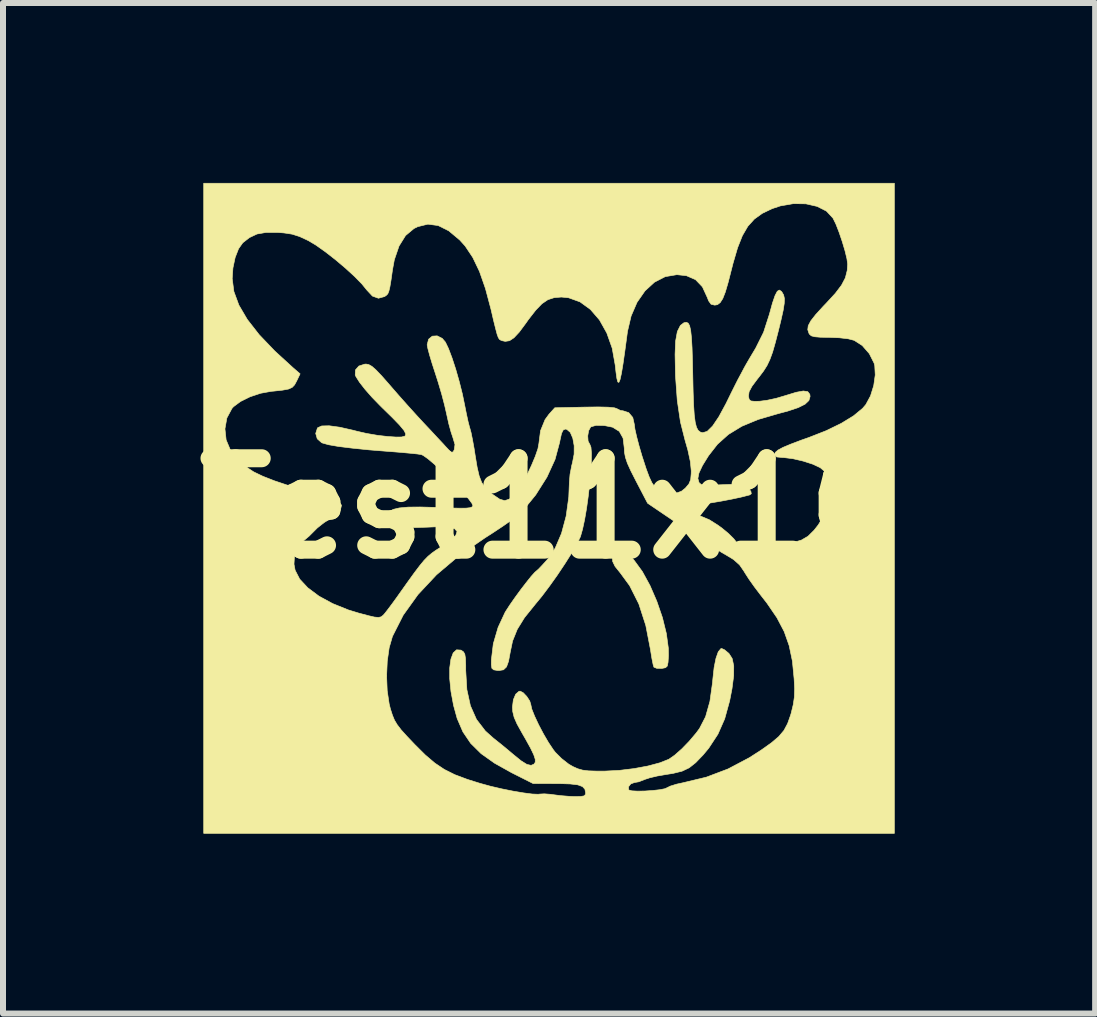
<source format=kicad_pcb>
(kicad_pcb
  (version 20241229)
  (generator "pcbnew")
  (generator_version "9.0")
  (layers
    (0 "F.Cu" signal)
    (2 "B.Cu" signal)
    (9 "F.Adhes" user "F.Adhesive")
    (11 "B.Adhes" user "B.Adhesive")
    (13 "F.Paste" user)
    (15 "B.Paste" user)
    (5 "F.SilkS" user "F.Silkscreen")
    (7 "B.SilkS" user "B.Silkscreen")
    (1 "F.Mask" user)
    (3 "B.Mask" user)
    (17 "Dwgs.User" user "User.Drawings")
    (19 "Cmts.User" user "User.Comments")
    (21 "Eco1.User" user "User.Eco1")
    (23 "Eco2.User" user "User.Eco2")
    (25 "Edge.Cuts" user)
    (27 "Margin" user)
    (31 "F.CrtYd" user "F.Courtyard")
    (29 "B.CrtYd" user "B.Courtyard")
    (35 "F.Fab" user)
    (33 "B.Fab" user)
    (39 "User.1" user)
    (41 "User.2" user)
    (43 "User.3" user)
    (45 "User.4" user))
  (footprint "Test11x10"
    (layer "F.Cu")
    (at 6.103 5.424)
    (property "Reference" "Test11x10" (at 0 0 0) (layer "F.SilkS") (effects (font (size 1.524 1.524) (thickness 0.3))))
    (attr through_hole)
    (fp_poly (pts (xy 1.239 0.72) (xy 1.299 0.749) (xy 1.371 0.815) (xy 1.421 0.87) (xy 1.556 1.055) (xy 1.683 1.287) (xy 1.796 1.548) (xy 1.89 1.821) (xy 1.956 2.089) (xy 1.989 2.332) (xy 1.991 2.455) (xy 1.984 2.568) (xy 1.971 2.63) (xy 1.942 2.657) (xy 1.888 2.668) (xy 1.874 2.669) (xy 1.794 2.667) (xy 1.748 2.648) (xy 1.748 2.647) (xy 1.734 2.6) (xy 1.715 2.505) (xy 1.695 2.382) (xy 1.693 2.366) (xy 1.613 1.953) (xy 1.497 1.594) (xy 1.344 1.29) (xy 1.187 1.076) (xy 1.101 0.969) (xy 1.061 0.887) (xy 1.056 0.822) (xy 1.076 0.753) (xy 1.131 0.724) (xy 1.172 0.718) (xy 1.239 0.72)) (stroke (width 0.01) (type solid)) (fill yes) (layer "F.SilkS"))
    (fp_poly (pts (xy 5.757 5.419) (xy -5.757 5.419) (xy -5.757 2.795) (xy -2.708 2.795) (xy -2.698 3.04) (xy -2.665 3.262) (xy -2.644 3.346) (xy -2.611 3.448) (xy -2.577 3.531) (xy -2.531 3.608) (xy -2.465 3.694) (xy -2.369 3.8) (xy -2.237 3.939) (xy -2.062 4.113) (xy -1.903 4.248) (xy -1.746 4.353) (xy -1.57 4.441) (xy -1.359 4.52) (xy -1.151 4.585) (xy -0.977 4.633) (xy -0.788 4.677) (xy -0.599 4.715) (xy -0.426 4.744) (xy -0.281 4.763) (xy -0.181 4.767) (xy -0.156 4.764) (xy -0.079 4.76) (xy 0.028 4.768) (xy 0.068 4.774) (xy 0.193 4.79) (xy 0.342 4.802) (xy 0.415 4.805) (xy 0.526 4.804) (xy 0.585 4.794) (xy 0.607 4.769) (xy 0.61 4.745) (xy 0.598 4.683) (xy 0.558 4.639) (xy 0.479 4.61) (xy 0.353 4.595) (xy 0.171 4.589) (xy 0.116 4.589) (xy -0.266 4.588) (xy -0.625 4.407) (xy -0.908 4.249) (xy -1.132 4.09) (xy -1.306 3.918) (xy -1.436 3.726) (xy -1.532 3.503) (xy -1.592 3.285) (xy -1.635 3.053) (xy -1.656 2.842) (xy -1.656 2.66) (xy -1.636 2.514) (xy -1.598 2.411) (xy -1.542 2.359) (xy -1.469 2.364) (xy -1.46 2.369) (xy -1.425 2.394) (xy -1.404 2.433) (xy -1.393 2.502) (xy -1.389 2.616) (xy -1.389 2.703) (xy -1.37 3.022) (xy -1.311 3.291) (xy -1.21 3.519) (xy -1.062 3.712) (xy -0.93 3.83) (xy -0.807 3.928) (xy -0.682 4.031) (xy -0.598 4.102) (xy -0.466 4.209) (xy -0.37 4.269) (xy -0.3 4.285) (xy -0.253 4.266) (xy -0.23 4.234) (xy -0.23 4.184) (xy -0.255 4.108) (xy -0.308 3.998) (xy -0.393 3.844) (xy -0.453 3.74) (xy -0.534 3.594) (xy -0.582 3.484) (xy -0.605 3.39) (xy -0.61 3.314) (xy -0.595 3.192) (xy -0.556 3.099) (xy -0.501 3.051) (xy -0.482 3.048) (xy -0.431 3.074) (xy -0.371 3.137) (xy -0.322 3.212) (xy -0.305 3.267) (xy -0.288 3.346) (xy -0.241 3.464) (xy -0.174 3.607) (xy -0.094 3.759) (xy -0.01 3.903) (xy 0.07 4.023) (xy 0.104 4.067) (xy 0.208 4.171) (xy 0.328 4.265) (xy 0.399 4.306) (xy 0.48 4.342) (xy 0.561 4.365) (xy 0.659 4.377) (xy 0.792 4.381) (xy 0.931 4.381) (xy 1.171 4.369) (xy 1.417 4.339) (xy 1.649 4.296) (xy 1.85 4.242) (xy 1.998 4.183) (xy 2.094 4.116) (xy 2.213 4.011) (xy 2.338 3.882) (xy 2.453 3.746) (xy 2.509 3.67) (xy 2.61 3.474) (xy 2.682 3.219) (xy 2.726 2.903) (xy 2.731 2.845) (xy 2.752 2.654) (xy 2.783 2.5) (xy 2.821 2.392) (xy 2.864 2.34) (xy 2.878 2.337) (xy 2.926 2.359) (xy 2.991 2.413) (xy 2.999 2.42) (xy 3.053 2.504) (xy 3.079 2.626) (xy 3.078 2.791) (xy 3.05 3.008) (xy 3.011 3.209) (xy 2.928 3.51) (xy 2.815 3.766) (xy 2.662 3.999) (xy 2.568 4.112) (xy 2.445 4.24) (xy 2.336 4.326) (xy 2.218 4.382) (xy 2.068 4.419) (xy 1.942 4.439) (xy 1.802 4.463) (xy 1.677 4.493) (xy 1.592 4.521) (xy 1.586 4.524) (xy 1.496 4.559) (xy 1.423 4.572) (xy 1.363 4.594) (xy 1.325 4.642) (xy 1.327 4.691) (xy 1.332 4.696) (xy 1.38 4.71) (xy 1.476 4.715) (xy 1.599 4.713) (xy 1.729 4.704) (xy 1.847 4.691) (xy 1.933 4.674) (xy 1.963 4.66) (xy 2.022 4.631) (xy 2.125 4.599) (xy 2.235 4.575) (xy 2.622 4.482) (xy 2.984 4.345) (xy 3.34 4.157) (xy 3.539 4.029) (xy 3.709 3.908) (xy 3.83 3.805) (xy 3.916 3.703) (xy 3.977 3.589) (xy 4.027 3.448) (xy 4.036 3.418) (xy 4.071 3.274) (xy 4.09 3.146) (xy 4.094 3.005) (xy 4.086 2.845) (xy 4.057 2.547) (xy 4.003 2.289) (xy 3.92 2.054) (xy 3.799 1.824) (xy 3.633 1.581) (xy 3.524 1.441) (xy 3.426 1.312) (xy 3.333 1.181) (xy 3.263 1.072) (xy 3.251 1.051) (xy 3.176 0.943) (xy 3.076 0.854) (xy 2.963 0.785) (xy 2.87 0.731) (xy 2.735 0.645) (xy 2.569 0.539) (xy 2.386 0.418) (xy 2.202 0.294) (xy 1.643 -0.085) (xy 1.449 -0.457) (xy 1.363 -0.626) (xy 1.306 -0.752) (xy 1.273 -0.851) (xy 1.257 -0.937) (xy 1.254 -1.006) (xy 1.234 -1.17) (xy 1.171 -1.283) (xy 1.06 -1.352) (xy 0.921 -1.38) (xy 0.784 -1.383) (xy 0.7 -1.359) (xy 0.694 -1.355) (xy 0.66 -1.294) (xy 0.645 -1.206) (xy 0.651 -1.12) (xy 0.68 -1.065) (xy 0.681 -1.064) (xy 0.699 -1.018) (xy 0.707 -0.917) (xy 0.705 -0.773) (xy 0.694 -0.597) (xy 0.676 -0.401) (xy 0.653 -0.197) (xy 0.625 0.004) (xy 0.593 0.189) (xy 0.559 0.347) (xy 0.525 0.467) (xy 0.519 0.482) (xy 0.464 0.595) (xy 0.376 0.748) (xy 0.264 0.925) (xy 0.138 1.114) (xy 0.006 1.299) (xy -0.122 1.469) (xy -0.236 1.607) (xy -0.237 1.609) (xy -0.409 1.822) (xy -0.53 2.018) (xy -0.608 2.212) (xy -0.647 2.399) (xy -0.675 2.55) (xy -0.709 2.644) (xy -0.759 2.692) (xy -0.831 2.704) (xy -0.861 2.703) (xy -0.922 2.693) (xy -0.953 2.667) (xy -0.962 2.606) (xy -0.961 2.523) (xy -0.929 2.258) (xy -0.849 1.985) (xy -0.733 1.735) (xy -0.721 1.715) (xy -0.655 1.613) (xy -0.57 1.491) (xy -0.476 1.362) (xy -0.382 1.24) (xy -0.3 1.137) (xy -0.237 1.067) (xy -0.21 1.044) (xy -0.177 1.015) (xy -0.113 0.948) (xy -0.032 0.859) (xy -0.028 0.854) (xy 0.103 0.663) (xy 0.208 0.418) (xy 0.285 0.131) (xy 0.329 -0.188) (xy 0.339 -0.434) (xy 0.35 -0.567) (xy 0.378 -0.712) (xy 0.391 -0.762) (xy 0.418 -0.902) (xy 0.419 -1.043) (xy 0.396 -1.169) (xy 0.354 -1.266) (xy 0.295 -1.317) (xy 0.271 -1.321) (xy 0.236 -1.305) (xy 0.208 -1.248) (xy 0.184 -1.14) (xy 0.176 -1.098) (xy 0.1 -0.815) (xy -0.035 -0.52) (xy -0.222 -0.224) (xy -0.455 0.062) (xy -0.455 0.062) (xy -0.518 0.117) (xy -0.627 0.198) (xy -0.77 0.298) (xy -0.936 0.408) (xy -1.073 0.496) (xy -1.505 0.794) (xy -1.876 1.108) (xy -2.185 1.438) (xy -2.431 1.781) (xy -2.611 2.136) (xy -2.612 2.14) (xy -2.665 2.323) (xy -2.697 2.548) (xy -2.708 2.795) (xy -5.757 2.795) (xy -5.757 -1.325) (xy -5.403 -1.325) (xy -5.383 -1.14) (xy -5.312 -0.971) (xy -5.233 -0.87) (xy -5.137 -0.779) (xy -5.04 -0.689) (xy -5.022 -0.672) (xy -4.923 -0.607) (xy -4.771 -0.534) (xy -4.577 -0.458) (xy -4.353 -0.383) (xy -4.113 -0.314) (xy -3.869 -0.254) (xy -3.782 -0.236) (xy -3.612 -0.188) (xy -3.504 -0.125) (xy -3.46 -0.05) (xy -3.479 0.032) (xy -3.564 0.118) (xy -3.634 0.163) (xy -3.753 0.24) (xy -3.863 0.327) (xy -3.914 0.378) (xy -4 0.464) (xy -4.087 0.537) (xy -4.106 0.55) (xy -4.192 0.644) (xy -4.243 0.778) (xy -4.252 0.931) (xy -4.233 1.032) (xy -4.157 1.18) (xy -4.022 1.325) (xy -3.836 1.464) (xy -3.608 1.588) (xy -3.346 1.694) (xy -3.172 1.747) (xy -3.015 1.789) (xy -2.911 1.813) (xy -2.843 1.819) (xy -2.799 1.809) (xy -2.765 1.782) (xy -2.739 1.753) (xy -2.689 1.689) (xy -2.614 1.589) (xy -2.529 1.472) (xy -2.506 1.439) (xy -2.361 1.235) (xy -2.248 1.078) (xy -2.158 0.959) (xy -2.085 0.87) (xy -2.02 0.803) (xy -1.956 0.749) (xy -1.886 0.699) (xy -1.802 0.646) (xy -1.794 0.641) (xy -1.642 0.536) (xy -1.555 0.451) (xy -1.533 0.386) (xy -1.575 0.34) (xy -1.683 0.314) (xy -1.855 0.307) (xy -2.045 0.315) (xy -2.28 0.322) (xy -2.467 0.305) (xy -2.602 0.267) (xy -2.681 0.207) (xy -2.699 0.129) (xy -2.694 0.106) (xy -2.662 0.055) (xy -2.599 0.018) (xy -2.497 -0.006) (xy -2.349 -0.02) (xy -2.149 -0.022) (xy -1.89 -0.015) (xy -1.846 -0.013) (xy -1.636 -0.005) (xy -1.484 -0.002) (xy -1.381 -0.003) (xy -1.317 -0.01) (xy -1.283 -0.023) (xy -1.269 -0.04) (xy -1.285 -0.082) (xy -1.342 -0.159) (xy -1.431 -0.261) (xy -1.543 -0.38) (xy -1.666 -0.505) (xy -1.793 -0.627) (xy -1.914 -0.737) (xy -2.018 -0.825) (xy -2.097 -0.881) (xy -2.13 -0.896) (xy -2.197 -0.906) (xy -2.315 -0.918) (xy -2.468 -0.932) (xy -2.641 -0.946) (xy -2.659 -0.947) (xy -2.997 -0.974) (xy -3.281 -1.003) (xy -3.509 -1.031) (xy -3.676 -1.06) (xy -3.779 -1.089) (xy -3.791 -1.094) (xy -3.864 -1.159) (xy -3.89 -1.248) (xy -3.862 -1.336) (xy -3.857 -1.343) (xy -3.79 -1.373) (xy -3.666 -1.376) (xy -3.49 -1.352) (xy -3.265 -1.301) (xy -3.2 -1.284) (xy -3.042 -1.248) (xy -2.856 -1.216) (xy -2.689 -1.197) (xy -2.553 -1.188) (xy -2.457 -1.189) (xy -2.401 -1.204) (xy -2.388 -1.239) (xy -2.418 -1.299) (xy -2.493 -1.389) (xy -2.615 -1.515) (xy -2.784 -1.68) (xy -2.823 -1.719) (xy -2.95 -1.85) (xy -3.066 -1.982) (xy -3.159 -2.101) (xy -3.218 -2.194) (xy -3.231 -2.223) (xy -3.227 -2.307) (xy -3.17 -2.372) (xy -3.074 -2.403) (xy -3.051 -2.405) (xy -3.005 -2.396) (xy -2.952 -2.366) (xy -2.884 -2.306) (xy -2.792 -2.21) (xy -2.668 -2.069) (xy -2.643 -2.04) (xy -2.503 -1.879) (xy -2.351 -1.708) (xy -2.207 -1.549) (xy -2.088 -1.42) (xy -2.088 -1.42) (xy -1.971 -1.296) (xy -1.858 -1.174) (xy -1.764 -1.074) (xy -1.729 -1.035) (xy -1.66 -0.961) (xy -1.621 -0.933) (xy -1.597 -0.944) (xy -1.58 -0.978) (xy -1.568 -1.063) (xy -1.602 -1.177) (xy -1.634 -1.273) (xy -1.671 -1.408) (xy -1.704 -1.556) (xy -1.708 -1.575) (xy -1.741 -1.719) (xy -1.789 -1.902) (xy -1.847 -2.098) (xy -1.896 -2.251) (xy -1.948 -2.411) (xy -1.991 -2.554) (xy -2.02 -2.663) (xy -2.032 -2.725) (xy -2.032 -2.726) (xy -2.008 -2.819) (xy -1.946 -2.87) (xy -1.865 -2.875) (xy -1.781 -2.833) (xy -1.728 -2.771) (xy -1.677 -2.665) (xy -1.618 -2.509) (xy -1.556 -2.32) (xy -1.497 -2.113) (xy -1.445 -1.906) (xy -1.406 -1.717) (xy -1.377 -1.572) (xy -1.349 -1.443) (xy -1.325 -1.351) (xy -1.319 -1.332) (xy -1.3 -1.263) (xy -1.276 -1.144) (xy -1.249 -0.996) (xy -1.232 -0.885) (xy -1.199 -0.686) (xy -1.165 -0.54) (xy -1.123 -0.431) (xy -1.065 -0.346) (xy -0.986 -0.269) (xy -0.929 -0.224) (xy -0.821 -0.151) (xy -0.739 -0.128) (xy -0.662 -0.153) (xy -0.58 -0.217) (xy -0.519 -0.29) (xy -0.446 -0.409) (xy -0.368 -0.556) (xy -0.293 -0.714) (xy -0.229 -0.866) (xy -0.185 -0.994) (xy -0.169 -1.081) (xy -0.142 -1.293) (xy -0.066 -1.479) (xy -0.001 -1.568) (xy 0.096 -1.676) (xy 0.594 -1.687) (xy 0.821 -1.69) (xy 0.988 -1.686) (xy 1.092 -1.675) (xy 1.129 -1.662) (xy 1.191 -1.631) (xy 1.232 -1.626) (xy 1.328 -1.595) (xy 1.396 -1.514) (xy 1.422 -1.398) (xy 1.422 -1.396) (xy 1.432 -1.319) (xy 1.46 -1.195) (xy 1.501 -1.039) (xy 1.551 -0.868) (xy 1.559 -0.844) (xy 1.62 -0.656) (xy 1.67 -0.522) (xy 1.714 -0.428) (xy 1.758 -0.364) (xy 1.798 -0.324) (xy 1.933 -0.249) (xy 2.074 -0.236) (xy 2.208 -0.285) (xy 2.272 -0.336) (xy 2.331 -0.405) (xy 2.361 -0.477) (xy 2.37 -0.578) (xy 2.371 -0.624) (xy 2.356 -0.778) (xy 2.314 -0.973) (xy 2.267 -1.137) (xy 2.191 -1.438) (xy 2.138 -1.795) (xy 2.108 -2.21) (xy 2.101 -2.567) (xy 2.11 -2.788) (xy 2.139 -2.947) (xy 2.19 -3.049) (xy 2.248 -3.093) (xy 2.288 -3.101) (xy 2.319 -3.087) (xy 2.343 -3.045) (xy 2.361 -2.967) (xy 2.374 -2.847) (xy 2.384 -2.679) (xy 2.391 -2.455) (xy 2.396 -2.225) (xy 2.402 -1.944) (xy 2.41 -1.724) (xy 2.421 -1.556) (xy 2.437 -1.434) (xy 2.458 -1.351) (xy 2.486 -1.299) (xy 2.522 -1.271) (xy 2.561 -1.26) (xy 2.637 -1.283) (xy 2.727 -1.372) (xy 2.831 -1.526) (xy 2.949 -1.744) (xy 2.974 -1.795) (xy 3.041 -1.932) (xy 3.102 -2.054) (xy 3.147 -2.143) (xy 3.16 -2.167) (xy 3.212 -2.264) (xy 3.254 -2.344) (xy 3.295 -2.417) (xy 3.359 -2.526) (xy 3.433 -2.65) (xy 3.445 -2.67) (xy 3.577 -2.935) (xy 3.674 -3.236) (xy 3.725 -3.422) (xy 3.768 -3.547) (xy 3.805 -3.618) (xy 3.839 -3.639) (xy 3.875 -3.616) (xy 3.884 -3.603) (xy 3.911 -3.556) (xy 3.924 -3.497) (xy 3.921 -3.415) (xy 3.903 -3.3) (xy 3.867 -3.139) (xy 3.828 -2.978) (xy 3.773 -2.765) (xy 3.727 -2.604) (xy 3.682 -2.481) (xy 3.634 -2.38) (xy 3.575 -2.287) (xy 3.5 -2.188) (xy 3.474 -2.156) (xy 3.383 -2.034) (xy 3.335 -1.944) (xy 3.325 -1.873) (xy 3.325 -1.869) (xy 3.336 -1.816) (xy 3.364 -1.79) (xy 3.427 -1.783) (xy 3.513 -1.785) (xy 3.635 -1.801) (xy 3.788 -1.834) (xy 3.94 -1.879) (xy 3.946 -1.881) (xy 4.119 -1.934) (xy 4.239 -1.956) (xy 4.313 -1.945) (xy 4.347 -1.901) (xy 4.352 -1.865) (xy 4.332 -1.797) (xy 4.268 -1.736) (xy 4.154 -1.679) (xy 3.983 -1.622) (xy 3.815 -1.577) (xy 3.486 -1.481) (xy 3.214 -1.368) (xy 2.991 -1.232) (xy 2.808 -1.068) (xy 2.659 -0.877) (xy 2.557 -0.712) (xy 2.499 -0.588) (xy 2.481 -0.497) (xy 2.5 -0.431) (xy 2.509 -0.42) (xy 2.542 -0.394) (xy 2.598 -0.382) (xy 2.692 -0.381) (xy 2.831 -0.391) (xy 3.035 -0.399) (xy 3.185 -0.385) (xy 3.228 -0.375) (xy 3.312 -0.334) (xy 3.364 -0.286) (xy 3.372 -0.243) (xy 3.344 -0.223) (xy 3.212 -0.189) (xy 3.05 -0.154) (xy 2.878 -0.121) (xy 2.714 -0.093) (xy 2.578 -0.074) (xy 2.492 -0.068) (xy 2.386 -0.06) (xy 2.326 -0.031) (xy 2.303 -0.001) (xy 2.287 0.049) (xy 2.319 0.076) (xy 2.361 0.087) (xy 2.532 0.132) (xy 2.672 0.191) (xy 2.812 0.279) (xy 2.88 0.328) (xy 2.988 0.417) (xy 3.078 0.506) (xy 3.133 0.576) (xy 3.134 0.578) (xy 3.184 0.658) (xy 3.243 0.705) (xy 3.324 0.722) (xy 3.441 0.712) (xy 3.609 0.677) (xy 3.613 0.676) (xy 3.769 0.64) (xy 3.92 0.605) (xy 4.039 0.578) (xy 4.064 0.572) (xy 4.207 0.53) (xy 4.317 0.466) (xy 4.418 0.366) (xy 4.487 0.278) (xy 4.609 0.077) (xy 4.683 -0.121) (xy 4.708 -0.306) (xy 4.683 -0.469) (xy 4.609 -0.603) (xy 4.522 -0.677) (xy 4.399 -0.735) (xy 4.238 -0.787) (xy 4.067 -0.827) (xy 3.915 -0.846) (xy 3.888 -0.847) (xy 3.795 -0.856) (xy 3.76 -0.887) (xy 3.759 -0.897) (xy 3.772 -0.932) (xy 3.816 -0.97) (xy 3.899 -1.015) (xy 4.028 -1.069) (xy 4.21 -1.138) (xy 4.335 -1.182) (xy 4.623 -1.295) (xy 4.873 -1.417) (xy 5.077 -1.542) (xy 5.227 -1.666) (xy 5.281 -1.729) (xy 5.359 -1.873) (xy 5.413 -2.046) (xy 5.438 -2.223) (xy 5.43 -2.378) (xy 5.419 -2.42) (xy 5.339 -2.579) (xy 5.221 -2.714) (xy 5.087 -2.8) (xy 4.987 -2.826) (xy 4.84 -2.843) (xy 4.67 -2.85) (xy 4.523 -2.852) (xy 4.429 -2.86) (xy 4.373 -2.875) (xy 4.342 -2.902) (xy 4.333 -2.917) (xy 4.313 -2.978) (xy 4.321 -3.044) (xy 4.364 -3.125) (xy 4.446 -3.23) (xy 4.572 -3.368) (xy 4.623 -3.421) (xy 4.773 -3.584) (xy 4.876 -3.72) (xy 4.94 -3.842) (xy 4.971 -3.965) (xy 4.978 -4.071) (xy 4.966 -4.161) (xy 4.934 -4.293) (xy 4.888 -4.447) (xy 4.835 -4.603) (xy 4.782 -4.739) (xy 4.734 -4.836) (xy 4.733 -4.838) (xy 4.625 -4.954) (xy 4.47 -5.033) (xy 4.282 -5.076) (xy 4.073 -5.079) (xy 3.855 -5.041) (xy 3.717 -4.995) (xy 3.555 -4.917) (xy 3.423 -4.822) (xy 3.314 -4.701) (xy 3.223 -4.545) (xy 3.143 -4.343) (xy 3.068 -4.087) (xy 3.042 -3.985) (xy 2.986 -3.766) (xy 2.939 -3.606) (xy 2.896 -3.496) (xy 2.853 -3.429) (xy 2.808 -3.395) (xy 2.762 -3.387) (xy 2.701 -3.402) (xy 2.66 -3.459) (xy 2.639 -3.514) (xy 2.557 -3.692) (xy 2.442 -3.812) (xy 2.29 -3.878) (xy 2.131 -3.895) (xy 1.937 -3.862) (xy 1.758 -3.77) (xy 1.6 -3.625) (xy 1.467 -3.434) (xy 1.368 -3.205) (xy 1.307 -2.946) (xy 1.305 -2.928) (xy 1.266 -2.638) (xy 1.234 -2.413) (xy 1.207 -2.25) (xy 1.184 -2.146) (xy 1.164 -2.099) (xy 1.147 -2.106) (xy 1.131 -2.164) (xy 1.116 -2.271) (xy 1.103 -2.388) (xy 1.053 -2.669) (xy 0.963 -2.922) (xy 0.841 -3.14) (xy 0.69 -3.315) (xy 0.517 -3.441) (xy 0.326 -3.51) (xy 0.206 -3.522) (xy 0.086 -3.512) (xy -0.019 -3.478) (xy -0.118 -3.411) (xy -0.223 -3.302) (xy -0.345 -3.145) (xy -0.388 -3.084) (xy -0.497 -2.937) (xy -0.585 -2.843) (xy -0.659 -2.794) (xy -0.73 -2.783) (xy -0.777 -2.793) (xy -0.805 -2.803) (xy -0.827 -2.817) (xy -0.846 -2.847) (xy -0.866 -2.902) (xy -0.89 -2.993) (xy -0.924 -3.129) (xy -0.968 -3.319) (xy -1.06 -3.664) (xy -1.16 -3.95) (xy -1.272 -4.183) (xy -1.398 -4.372) (xy -1.488 -4.472) (xy -1.672 -4.626) (xy -1.848 -4.714) (xy -2.02 -4.737) (xy -2.19 -4.695) (xy -2.252 -4.664) (xy -2.392 -4.547) (xy -2.501 -4.372) (xy -2.579 -4.144) (xy -2.61 -3.975) (xy -2.634 -3.806) (xy -2.653 -3.692) (xy -2.67 -3.62) (xy -2.688 -3.576) (xy -2.713 -3.55) (xy -2.742 -3.53) (xy -2.844 -3.502) (xy -2.944 -3.538) (xy -3.036 -3.637) (xy -3.038 -3.639) (xy -3.119 -3.739) (xy -3.242 -3.865) (xy -3.394 -4.004) (xy -3.561 -4.145) (xy -3.729 -4.276) (xy -3.884 -4.386) (xy -4.011 -4.462) (xy -4.157 -4.53) (xy -4.282 -4.57) (xy -4.42 -4.591) (xy -4.524 -4.599) (xy -4.718 -4.599) (xy -4.868 -4.573) (xy -4.995 -4.513) (xy -5.106 -4.426) (xy -5.176 -4.327) (xy -5.233 -4.181) (xy -5.27 -4.006) (xy -5.282 -3.829) (xy -5.254 -3.614) (xy -5.171 -3.388) (xy -5.031 -3.149) (xy -4.832 -2.894) (xy -4.572 -2.622) (xy -4.268 -2.344) (xy -4.15 -2.242) (xy -4.208 -2.121) (xy -4.242 -2.058) (xy -4.282 -2.016) (xy -4.344 -1.988) (xy -4.441 -1.97) (xy -4.587 -1.954) (xy -4.633 -1.95) (xy -4.808 -1.918) (xy -4.985 -1.859) (xy -5.143 -1.781) (xy -5.26 -1.694) (xy -5.286 -1.665) (xy -5.371 -1.506) (xy -5.403 -1.325) (xy -5.757 -1.325) (xy -5.757 -5.419) (xy 5.757 -5.419) (xy 5.757 5.419)) (stroke (width 0.01) (type solid)) (fill yes) (layer "F.SilkS")))
  (gr_rect
    (start -3 -3)
    (end 15.207 13.847)
    (stroke (width 0.1) (type default))
    (fill no)
    (layer "Edge.Cuts")))
</source>
